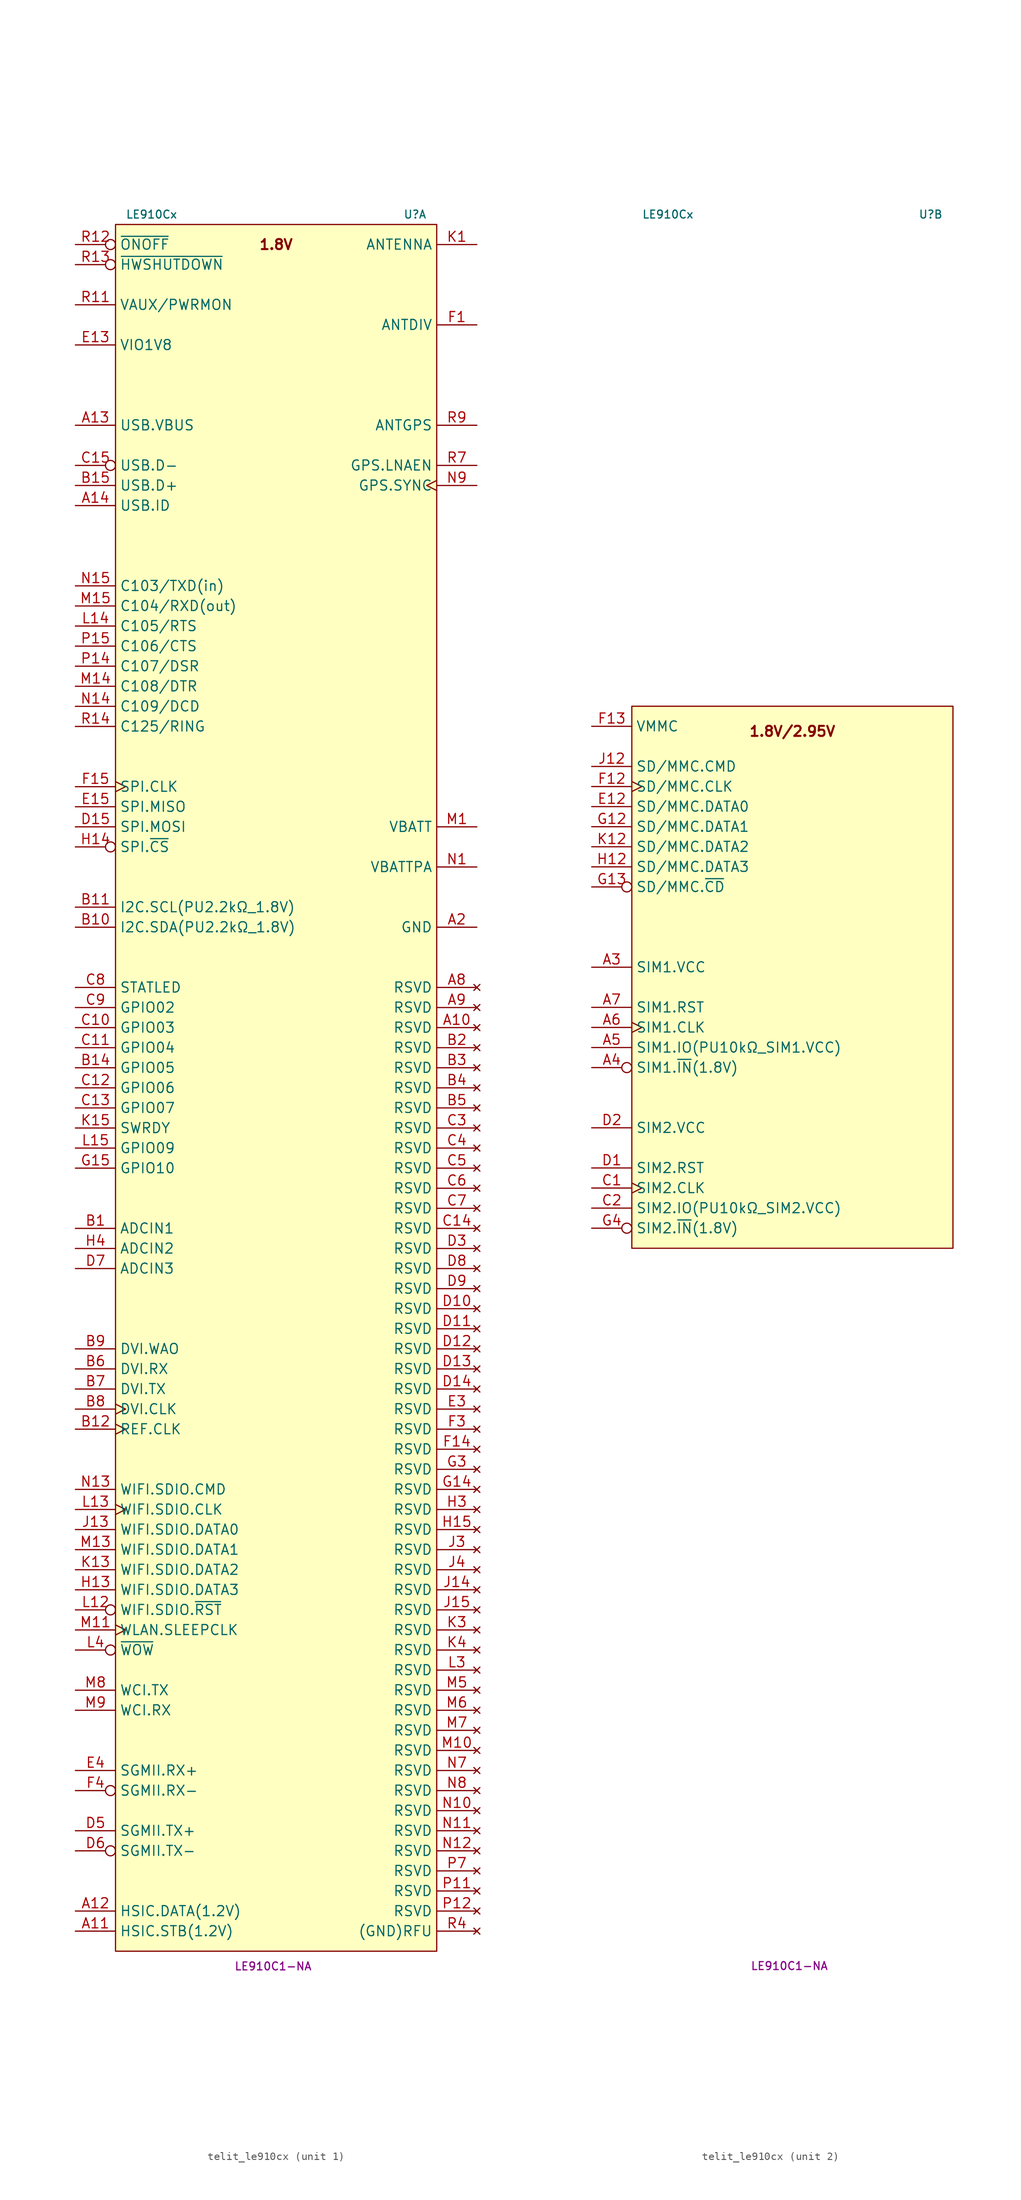
<source format=kicad_sym>
(kicad_symbol_lib
  (version 20231120)
  (generator "kicad_symbol_editor")
  (generator_version "8.0")
  (symbol "telit_le910cx"
    (property "Reference" "U"
      (at 19.05 90.17 0)
      (do_not_autoplace)
      (effects (font (size 1 1)) (justify right)))
    (property "Value" "LE910Cx"
      (at -19.05 90.17 0)
      (do_not_autoplace)
      (effects (font (size 1 1)) (justify left)))
    (property "MPN" "LE910C1-NA "
      (at 0 -131.445 0)
      (do_not_autoplace)
      (effects (font (size 1 1))))
    (property "ki_locked" ""
      (at 0 0 0)
      (effects (font (size 1.27 1.27))))
    (symbol "telit_le910cx_1_1"
      (rectangle (start -20.32 88.9) (end 20.32 -129.54) (stroke (width 0) (type default)) (fill (type background)))
      (text "1.8V" (at 0 86.36 0) (effects (font (size 1.27 1.27) (bold yes))))
      (pin no_connect line (at 25.4 -12.7 180) (length 5.08) (name "RSVD" (effects (font (size 1.27 1.27)))) (number "A10" (effects (font (size 1.27 1.27)))))
      (pin bidirectional line (at -25.4 -127 0) (length 5.08) (name "HSIC.STB(1.2V)" (effects (font (size 1.27 1.27)))) (number "A11" (effects (font (size 1.27 1.27)))))
      (pin bidirectional line (at -25.4 -124.46 0) (length 5.08) (name "HSIC.DATA(1.2V)" (effects (font (size 1.27 1.27)))) (number "A12" (effects (font (size 1.27 1.27)))))
      (pin input line (at -25.4 63.5 0) (length 5.08) (name "USB.VBUS" (effects (font (size 1.27 1.27)))) (number "A13" (effects (font (size 1.27 1.27)))))
      (pin input line (at -25.4 53.34 0) (length 5.08) (name "USB.ID" (effects (font (size 1.27 1.27)))) (number "A14" (effects (font (size 1.27 1.27)))))
      (pin power_in line (at 25.4 0 180) (length 5.08) (name "GND" (effects (font (size 1.27 1.27)))) (number "A2" (effects (font (size 1.27 1.27)))))
      (pin no_connect line (at 25.4 -7.62 180) (length 5.08) (name "RSVD" (effects (font (size 1.27 1.27)))) (number "A8" (effects (font (size 1.27 1.27)))))
      (pin no_connect line (at 25.4 -10.16 180) (length 5.08) (name "RSVD" (effects (font (size 1.27 1.27)))) (number "A9" (effects (font (size 1.27 1.27)))))
      (pin input line (at -25.4 -38.1 0) (length 5.08) (name "ADCIN1" (effects (font (size 1.27 1.27)))) (number "B1" (effects (font (size 1.27 1.27)))))
      (pin bidirectional line (at -25.4 0 0) (length 5.08) (name "I2C.SDA(PU2.2kΩ_1.8V)" (effects (font (size 1.27 1.27)))) (number "B10" (effects (font (size 1.27 1.27)))))
      (pin bidirectional line (at -25.4 2.54 0) (length 5.08) (name "I2C.SCL(PU2.2kΩ_1.8V)" (effects (font (size 1.27 1.27)))) (number "B11" (effects (font (size 1.27 1.27)))))
      (pin output clock (at -25.4 -63.5 0) (length 5.08) (name "REF.CLK" (effects (font (size 1.27 1.27)))) (number "B12" (effects (font (size 1.27 1.27)))))
      (pin passive line (at 25.4 0 180) (length 5.08) hide (name "GND" (effects (font (size 1.27 1.27)))) (number "B13" (effects (font (size 1.27 1.27)))))
      (pin bidirectional line (at -25.4 -17.78 0) (length 5.08) (name "GPIO05" (effects (font (size 1.27 1.27)))) (number "B14" (effects (font (size 1.27 1.27)))) (alternate "I2C" bidirectional line))
      (pin bidirectional line (at -25.4 55.88 0) (length 5.08) (name "USB.D+" (effects (font (size 1.27 1.27)))) (number "B15" (effects (font (size 1.27 1.27)))))
      (pin no_connect line (at 25.4 -15.24 180) (length 5.08) (name "RSVD" (effects (font (size 1.27 1.27)))) (number "B2" (effects (font (size 1.27 1.27)))))
      (pin no_connect line (at 25.4 -17.78 180) (length 5.08) (name "RSVD" (effects (font (size 1.27 1.27)))) (number "B3" (effects (font (size 1.27 1.27)))))
      (pin no_connect line (at 25.4 -20.32 180) (length 5.08) (name "RSVD" (effects (font (size 1.27 1.27)))) (number "B4" (effects (font (size 1.27 1.27)))))
      (pin no_connect line (at 25.4 -22.86 180) (length 5.08) (name "RSVD" (effects (font (size 1.27 1.27)))) (number "B5" (effects (font (size 1.27 1.27)))))
      (pin input line (at -25.4 -55.88 0) (length 5.08) (name "DVI.RX" (effects (font (size 1.27 1.27)))) (number "B6" (effects (font (size 1.27 1.27)))))
      (pin output line (at -25.4 -58.42 0) (length 5.08) (name "DVI.TX" (effects (font (size 1.27 1.27)))) (number "B7" (effects (font (size 1.27 1.27)))))
      (pin output clock (at -25.4 -60.96 0) (length 5.08) (name "DVI.CLK" (effects (font (size 1.27 1.27)))) (number "B8" (effects (font (size 1.27 1.27)))))
      (pin output line (at -25.4 -53.34 0) (length 5.08) (name "DVI.WAO" (effects (font (size 1.27 1.27)))) (number "B9" (effects (font (size 1.27 1.27)))))
      (pin bidirectional line (at -25.4 -12.7 0) (length 5.08) (name "GPIO03" (effects (font (size 1.27 1.27)))) (number "C10" (effects (font (size 1.27 1.27)))) (alternate "I2C" bidirectional line))
      (pin bidirectional line (at -25.4 -15.24 0) (length 5.08) (name "GPIO04" (effects (font (size 1.27 1.27)))) (number "C11" (effects (font (size 1.27 1.27)))) (alternate "I2C" bidirectional line))
      (pin bidirectional line (at -25.4 -20.32 0) (length 5.08) (name "GPIO06" (effects (font (size 1.27 1.27)))) (number "C12" (effects (font (size 1.27 1.27)))) (alternate "I2C" bidirectional line))
      (pin bidirectional line (at -25.4 -22.86 0) (length 5.08) (name "GPIO07" (effects (font (size 1.27 1.27)))) (number "C13" (effects (font (size 1.27 1.27)))) (alternate "I2C" bidirectional line))
      (pin no_connect line (at 25.4 -38.1 180) (length 5.08) (name "RSVD" (effects (font (size 1.27 1.27)))) (number "C14" (effects (font (size 1.27 1.27)))))
      (pin bidirectional inverted (at -25.4 58.42 0) (length 5.08) (name "USB.D-" (effects (font (size 1.27 1.27)))) (number "C15" (effects (font (size 1.27 1.27)))))
      (pin no_connect line (at 25.4 -25.4 180) (length 5.08) (name "RSVD" (effects (font (size 1.27 1.27)))) (number "C3" (effects (font (size 1.27 1.27)))))
      (pin no_connect line (at 25.4 -27.94 180) (length 5.08) (name "RSVD" (effects (font (size 1.27 1.27)))) (number "C4" (effects (font (size 1.27 1.27)))))
      (pin no_connect line (at 25.4 -30.48 180) (length 5.08) (name "RSVD" (effects (font (size 1.27 1.27)))) (number "C5" (effects (font (size 1.27 1.27)))))
      (pin no_connect line (at 25.4 -33.02 180) (length 5.08) (name "RSVD" (effects (font (size 1.27 1.27)))) (number "C6" (effects (font (size 1.27 1.27)))))
      (pin no_connect line (at 25.4 -35.56 180) (length 5.08) (name "RSVD" (effects (font (size 1.27 1.27)))) (number "C7" (effects (font (size 1.27 1.27)))))
      (pin output line (at -25.4 -7.62 0) (length 5.08) (name "STATLED" (effects (font (size 1.27 1.27)))) (number "C8" (effects (font (size 1.27 1.27)))) (alternate "GPIO01" bidirectional line) (alternate "I2C" bidirectional line))
      (pin bidirectional line (at -25.4 -10.16 0) (length 5.08) (name "GPIO02" (effects (font (size 1.27 1.27)))) (number "C9" (effects (font (size 1.27 1.27)))) (alternate "I2C" bidirectional line))
      (pin no_connect line (at 25.4 -48.26 180) (length 5.08) (name "RSVD" (effects (font (size 1.27 1.27)))) (number "D10" (effects (font (size 1.27 1.27)))))
      (pin no_connect line (at 25.4 -50.8 180) (length 5.08) (name "RSVD" (effects (font (size 1.27 1.27)))) (number "D11" (effects (font (size 1.27 1.27)))))
      (pin no_connect line (at 25.4 -53.34 180) (length 5.08) (name "RSVD" (effects (font (size 1.27 1.27)))) (number "D12" (effects (font (size 1.27 1.27)))))
      (pin no_connect line (at 25.4 -55.88 180) (length 5.08) (name "RSVD" (effects (font (size 1.27 1.27)))) (number "D13" (effects (font (size 1.27 1.27)))))
      (pin no_connect line (at 25.4 -58.42 180) (length 5.08) (name "RSVD" (effects (font (size 1.27 1.27)))) (number "D14" (effects (font (size 1.27 1.27)))))
      (pin output line (at -25.4 12.7 0) (length 5.08) (name "SPI.MOSI" (effects (font (size 1.27 1.27)))) (number "D15" (effects (font (size 1.27 1.27)))) (alternate "TXAUX" output line))
      (pin no_connect line (at 25.4 -40.64 180) (length 5.08) (name "RSVD" (effects (font (size 1.27 1.27)))) (number "D3" (effects (font (size 1.27 1.27)))))
      (pin passive line (at 25.4 0 180) (length 5.08) hide (name "GND" (effects (font (size 1.27 1.27)))) (number "D4" (effects (font (size 1.27 1.27)))))
      (pin output line (at -25.4 -114.3 0) (length 5.08) (name "SGMII.TX+" (effects (font (size 1.27 1.27)))) (number "D5" (effects (font (size 1.27 1.27)))))
      (pin output inverted (at -25.4 -116.84 0) (length 5.08) (name "SGMII.TX-" (effects (font (size 1.27 1.27)))) (number "D6" (effects (font (size 1.27 1.27)))))
      (pin input line (at -25.4 -43.18 0) (length 5.08) (name "ADCIN3" (effects (font (size 1.27 1.27)))) (number "D7" (effects (font (size 1.27 1.27)))))
      (pin no_connect line (at 25.4 -43.18 180) (length 5.08) (name "RSVD" (effects (font (size 1.27 1.27)))) (number "D8" (effects (font (size 1.27 1.27)))))
      (pin no_connect line (at 25.4 -45.72 180) (length 5.08) (name "RSVD" (effects (font (size 1.27 1.27)))) (number "D9" (effects (font (size 1.27 1.27)))))
      (pin passive line (at 25.4 0 180) (length 5.08) hide (name "GND" (effects (font (size 1.27 1.27)))) (number "E1" (effects (font (size 1.27 1.27)))))
      (pin power_out line (at -25.4 73.66 0) (length 5.08) (name "VIO1V8" (effects (font (size 1.27 1.27)))) (number "E13" (effects (font (size 1.27 1.27)))))
      (pin passive line (at 25.4 0 180) (length 5.08) hide (name "GND" (effects (font (size 1.27 1.27)))) (number "E14" (effects (font (size 1.27 1.27)))))
      (pin input line (at -25.4 15.24 0) (length 5.08) (name "SPI.MISO" (effects (font (size 1.27 1.27)))) (number "E15" (effects (font (size 1.27 1.27)))) (alternate "RXAUX" input line))
      (pin passive line (at 25.4 0 180) (length 5.08) hide (name "GND" (effects (font (size 1.27 1.27)))) (number "E2" (effects (font (size 1.27 1.27)))))
      (pin no_connect line (at 25.4 -60.96 180) (length 5.08) (name "RSVD" (effects (font (size 1.27 1.27)))) (number "E3" (effects (font (size 1.27 1.27)))))
      (pin input line (at -25.4 -106.68 0) (length 5.08) (name "SGMII.RX+" (effects (font (size 1.27 1.27)))) (number "E4" (effects (font (size 1.27 1.27)))))
      (pin input line (at 25.4 76.2 180) (length 5.08) (name "ANTDIV" (effects (font (size 1.27 1.27)))) (number "F1" (effects (font (size 1.27 1.27)))))
      (pin no_connect line (at 25.4 -66.04 180) (length 5.08) (name "RSVD" (effects (font (size 1.27 1.27)))) (number "F14" (effects (font (size 1.27 1.27)))))
      (pin output clock (at -25.4 17.78 0) (length 5.08) (name "SPI.CLK" (effects (font (size 1.27 1.27)))) (number "F15" (effects (font (size 1.27 1.27)))))
      (pin passive line (at 25.4 0 180) (length 5.08) hide (name "GND" (effects (font (size 1.27 1.27)))) (number "F2" (effects (font (size 1.27 1.27)))))
      (pin no_connect line (at 25.4 -63.5 180) (length 5.08) (name "RSVD" (effects (font (size 1.27 1.27)))) (number "F3" (effects (font (size 1.27 1.27)))))
      (pin input inverted (at -25.4 -109.22 0) (length 5.08) (name "SGMII.RX-" (effects (font (size 1.27 1.27)))) (number "F4" (effects (font (size 1.27 1.27)))))
      (pin passive line (at 25.4 0 180) (length 5.08) hide (name "GND" (effects (font (size 1.27 1.27)))) (number "G1" (effects (font (size 1.27 1.27)))))
      (pin no_connect line (at 25.4 -71.12 180) (length 5.08) (name "RSVD" (effects (font (size 1.27 1.27)))) (number "G14" (effects (font (size 1.27 1.27)))))
      (pin bidirectional line (at -25.4 -30.48 0) (length 5.08) (name "GPIO10" (effects (font (size 1.27 1.27)))) (number "G15" (effects (font (size 1.27 1.27)))) (alternate "I2C" bidirectional line))
      (pin passive line (at 25.4 0 180) (length 5.08) hide (name "GND" (effects (font (size 1.27 1.27)))) (number "G2" (effects (font (size 1.27 1.27)))))
      (pin no_connect line (at 25.4 -68.58 180) (length 5.08) (name "RSVD" (effects (font (size 1.27 1.27)))) (number "G3" (effects (font (size 1.27 1.27)))))
      (pin passive line (at 25.4 0 180) (length 5.08) hide (name "GND" (effects (font (size 1.27 1.27)))) (number "G7" (effects (font (size 1.27 1.27)))))
      (pin passive line (at 25.4 0 180) (length 5.08) hide (name "GND" (effects (font (size 1.27 1.27)))) (number "G8" (effects (font (size 1.27 1.27)))))
      (pin passive line (at 25.4 0 180) (length 5.08) hide (name "GND" (effects (font (size 1.27 1.27)))) (number "G9" (effects (font (size 1.27 1.27)))))
      (pin passive line (at 25.4 0 180) (length 5.08) hide (name "GND" (effects (font (size 1.27 1.27)))) (number "H1" (effects (font (size 1.27 1.27)))))
      (pin bidirectional line (at -25.4 -83.82 0) (length 5.08) (name "WIFI.SDIO.DATA3" (effects (font (size 1.27 1.27)))) (number "H13" (effects (font (size 1.27 1.27)))))
      (pin output inverted (at -25.4 10.16 0) (length 5.08) (name "SPI.~{CS}" (effects (font (size 1.27 1.27)))) (number "H14" (effects (font (size 1.27 1.27)))) (alternate "GPIO11" bidirectional line))
      (pin no_connect line (at 25.4 -76.2 180) (length 5.08) (name "RSVD" (effects (font (size 1.27 1.27)))) (number "H15" (effects (font (size 1.27 1.27)))))
      (pin passive line (at 25.4 0 180) (length 5.08) hide (name "GND" (effects (font (size 1.27 1.27)))) (number "H2" (effects (font (size 1.27 1.27)))))
      (pin no_connect line (at 25.4 -73.66 180) (length 5.08) (name "RSVD" (effects (font (size 1.27 1.27)))) (number "H3" (effects (font (size 1.27 1.27)))))
      (pin input line (at -25.4 -40.64 0) (length 5.08) (name "ADCIN2" (effects (font (size 1.27 1.27)))) (number "H4" (effects (font (size 1.27 1.27)))))
      (pin passive line (at 25.4 0 180) (length 5.08) hide (name "GND" (effects (font (size 1.27 1.27)))) (number "H7" (effects (font (size 1.27 1.27)))))
      (pin passive line (at 25.4 0 180) (length 5.08) hide (name "GND" (effects (font (size 1.27 1.27)))) (number "H8" (effects (font (size 1.27 1.27)))))
      (pin passive line (at 25.4 0 180) (length 5.08) hide (name "GND" (effects (font (size 1.27 1.27)))) (number "H9" (effects (font (size 1.27 1.27)))))
      (pin passive line (at 25.4 0 180) (length 5.08) hide (name "GND" (effects (font (size 1.27 1.27)))) (number "J1" (effects (font (size 1.27 1.27)))))
      (pin bidirectional line (at -25.4 -76.2 0) (length 5.08) (name "WIFI.SDIO.DATA0" (effects (font (size 1.27 1.27)))) (number "J13" (effects (font (size 1.27 1.27)))))
      (pin no_connect line (at 25.4 -83.82 180) (length 5.08) (name "RSVD" (effects (font (size 1.27 1.27)))) (number "J14" (effects (font (size 1.27 1.27)))))
      (pin no_connect line (at 25.4 -86.36 180) (length 5.08) (name "RSVD" (effects (font (size 1.27 1.27)))) (number "J15" (effects (font (size 1.27 1.27)))))
      (pin passive line (at 25.4 0 180) (length 5.08) hide (name "GND" (effects (font (size 1.27 1.27)))) (number "J2" (effects (font (size 1.27 1.27)))))
      (pin no_connect line (at 25.4 -78.74 180) (length 5.08) (name "RSVD" (effects (font (size 1.27 1.27)))) (number "J3" (effects (font (size 1.27 1.27)))))
      (pin no_connect line (at 25.4 -81.28 180) (length 5.08) (name "RSVD" (effects (font (size 1.27 1.27)))) (number "J4" (effects (font (size 1.27 1.27)))))
      (pin passive line (at 25.4 0 180) (length 5.08) hide (name "GND" (effects (font (size 1.27 1.27)))) (number "J7" (effects (font (size 1.27 1.27)))))
      (pin passive line (at 25.4 0 180) (length 5.08) hide (name "GND" (effects (font (size 1.27 1.27)))) (number "J8" (effects (font (size 1.27 1.27)))))
      (pin passive line (at 25.4 0 180) (length 5.08) hide (name "GND" (effects (font (size 1.27 1.27)))) (number "J9" (effects (font (size 1.27 1.27)))))
      (pin bidirectional line (at 25.4 86.36 180) (length 5.08) (name "ANTENNA" (effects (font (size 1.27 1.27)))) (number "K1" (effects (font (size 1.27 1.27)))))
      (pin bidirectional line (at -25.4 -81.28 0) (length 5.08) (name "WIFI.SDIO.DATA2" (effects (font (size 1.27 1.27)))) (number "K13" (effects (font (size 1.27 1.27)))))
      (pin output line (at -25.4 -25.4 0) (length 5.08) (name "SWRDY" (effects (font (size 1.27 1.27)))) (number "K15" (effects (font (size 1.27 1.27)))) (alternate "GPIO08" bidirectional line) (alternate "I2C" bidirectional line))
      (pin passive line (at 25.4 0 180) (length 5.08) hide (name "GND" (effects (font (size 1.27 1.27)))) (number "K2" (effects (font (size 1.27 1.27)))))
      (pin no_connect line (at 25.4 -88.9 180) (length 5.08) (name "RSVD" (effects (font (size 1.27 1.27)))) (number "K3" (effects (font (size 1.27 1.27)))))
      (pin no_connect line (at 25.4 -91.44 180) (length 5.08) (name "RSVD" (effects (font (size 1.27 1.27)))) (number "K4" (effects (font (size 1.27 1.27)))))
      (pin passive line (at 25.4 0 180) (length 5.08) hide (name "GND" (effects (font (size 1.27 1.27)))) (number "L1" (effects (font (size 1.27 1.27)))))
      (pin output inverted (at -25.4 -86.36 0) (length 5.08) (name "WIFI.SDIO.~{RST}" (effects (font (size 1.27 1.27)))) (number "L12" (effects (font (size 1.27 1.27)))))
      (pin output clock (at -25.4 -73.66 0) (length 5.08) (name "WIFI.SDIO.CLK" (effects (font (size 1.27 1.27)))) (number "L13" (effects (font (size 1.27 1.27)))))
      (pin input line (at -25.4 38.1 0) (length 5.08) (name "C105/RTS" (effects (font (size 1.27 1.27)))) (number "L14" (effects (font (size 1.27 1.27)))))
      (pin bidirectional line (at -25.4 -27.94 0) (length 5.08) (name "GPIO09" (effects (font (size 1.27 1.27)))) (number "L15" (effects (font (size 1.27 1.27)))) (alternate "I2C" bidirectional line))
      (pin passive line (at 25.4 0 180) (length 5.08) hide (name "GND" (effects (font (size 1.27 1.27)))) (number "L2" (effects (font (size 1.27 1.27)))))
      (pin no_connect line (at 25.4 -93.98 180) (length 5.08) (name "RSVD" (effects (font (size 1.27 1.27)))) (number "L3" (effects (font (size 1.27 1.27)))))
      (pin input inverted (at -25.4 -91.44 0) (length 5.08) (name "~{WOW}" (effects (font (size 1.27 1.27)))) (number "L4" (effects (font (size 1.27 1.27)))))
      (pin power_in line (at 25.4 12.7 180) (length 5.08) (name "VBATT" (effects (font (size 1.27 1.27)))) (number "M1" (effects (font (size 1.27 1.27)))))
      (pin no_connect line (at 25.4 -104.14 180) (length 5.08) (name "RSVD" (effects (font (size 1.27 1.27)))) (number "M10" (effects (font (size 1.27 1.27)))))
      (pin output clock (at -25.4 -88.9 0) (length 5.08) (name "WLAN.SLEEPCLK" (effects (font (size 1.27 1.27)))) (number "M11" (effects (font (size 1.27 1.27)))))
      (pin passive line (at 25.4 0 180) (length 5.08) hide (name "GND" (effects (font (size 1.27 1.27)))) (number "M12" (effects (font (size 1.27 1.27)))))
      (pin bidirectional line (at -25.4 -78.74 0) (length 5.08) (name "WIFI.SDIO.DATA1" (effects (font (size 1.27 1.27)))) (number "M13" (effects (font (size 1.27 1.27)))))
      (pin input line (at -25.4 30.48 0) (length 5.08) (name "C108/DTR" (effects (font (size 1.27 1.27)))) (number "M14" (effects (font (size 1.27 1.27)))) (alternate "GPIO34" bidirectional line))
      (pin output line (at -25.4 40.64 0) (length 5.08) (name "C104/RXD(out)" (effects (font (size 1.27 1.27)))) (number "M15" (effects (font (size 1.27 1.27)))))
      (pin passive line (at 25.4 12.7 180) (length 5.08) hide (name "VBATT" (effects (font (size 1.27 1.27)))) (number "M2" (effects (font (size 1.27 1.27)))))
      (pin passive line (at 25.4 0 180) (length 5.08) hide (name "GND" (effects (font (size 1.27 1.27)))) (number "M3" (effects (font (size 1.27 1.27)))))
      (pin passive line (at 25.4 0 180) (length 5.08) hide (name "GND" (effects (font (size 1.27 1.27)))) (number "M4" (effects (font (size 1.27 1.27)))))
      (pin no_connect line (at 25.4 -96.52 180) (length 5.08) (name "RSVD" (effects (font (size 1.27 1.27)))) (number "M5" (effects (font (size 1.27 1.27)))))
      (pin no_connect line (at 25.4 -99.06 180) (length 5.08) (name "RSVD" (effects (font (size 1.27 1.27)))) (number "M6" (effects (font (size 1.27 1.27)))))
      (pin no_connect line (at 25.4 -101.6 180) (length 5.08) (name "RSVD" (effects (font (size 1.27 1.27)))) (number "M7" (effects (font (size 1.27 1.27)))))
      (pin output line (at -25.4 -96.52 0) (length 5.08) (name "WCI.TX" (effects (font (size 1.27 1.27)))) (number "M8" (effects (font (size 1.27 1.27)))))
      (pin input line (at -25.4 -99.06 0) (length 5.08) (name "WCI.RX" (effects (font (size 1.27 1.27)))) (number "M9" (effects (font (size 1.27 1.27)))))
      (pin power_in line (at 25.4 7.62 180) (length 5.08) (name "VBATTPA" (effects (font (size 1.27 1.27)))) (number "N1" (effects (font (size 1.27 1.27)))))
      (pin no_connect line (at 25.4 -111.76 180) (length 5.08) (name "RSVD" (effects (font (size 1.27 1.27)))) (number "N10" (effects (font (size 1.27 1.27)))))
      (pin no_connect line (at 25.4 -114.3 180) (length 5.08) (name "RSVD" (effects (font (size 1.27 1.27)))) (number "N11" (effects (font (size 1.27 1.27)))))
      (pin no_connect line (at 25.4 -116.84 180) (length 5.08) (name "RSVD" (effects (font (size 1.27 1.27)))) (number "N12" (effects (font (size 1.27 1.27)))))
      (pin output line (at -25.4 -71.12 0) (length 5.08) (name "WIFI.SDIO.CMD" (effects (font (size 1.27 1.27)))) (number "N13" (effects (font (size 1.27 1.27)))))
      (pin output line (at -25.4 27.94 0) (length 5.08) (name "C109/DCD" (effects (font (size 1.27 1.27)))) (number "N14" (effects (font (size 1.27 1.27)))) (alternate "GPIO33" bidirectional line))
      (pin input line (at -25.4 43.18 0) (length 5.08) (name "C103/TXD(in)" (effects (font (size 1.27 1.27)))) (number "N15" (effects (font (size 1.27 1.27)))))
      (pin passive line (at 25.4 7.62 180) (length 5.08) hide (name "VBATTPA" (effects (font (size 1.27 1.27)))) (number "N2" (effects (font (size 1.27 1.27)))))
      (pin passive line (at 25.4 0 180) (length 5.08) hide (name "GND" (effects (font (size 1.27 1.27)))) (number "N3" (effects (font (size 1.27 1.27)))))
      (pin passive line (at 25.4 0 180) (length 5.08) hide (name "GND" (effects (font (size 1.27 1.27)))) (number "N4" (effects (font (size 1.27 1.27)))))
      (pin passive line (at 25.4 0 180) (length 5.08) hide (name "GND" (effects (font (size 1.27 1.27)))) (number "N5" (effects (font (size 1.27 1.27)))))
      (pin passive line (at 25.4 0 180) (length 5.08) hide (name "GND" (effects (font (size 1.27 1.27)))) (number "N6" (effects (font (size 1.27 1.27)))))
      (pin no_connect line (at 25.4 -106.68 180) (length 5.08) (name "RSVD" (effects (font (size 1.27 1.27)))) (number "N7" (effects (font (size 1.27 1.27)))))
      (pin no_connect line (at 25.4 -109.22 180) (length 5.08) (name "RSVD" (effects (font (size 1.27 1.27)))) (number "N8" (effects (font (size 1.27 1.27)))))
      (pin output clock (at 25.4 55.88 180) (length 5.08) (name "GPS.SYNC" (effects (font (size 1.27 1.27)))) (number "N9" (effects (font (size 1.27 1.27)))))
      (pin passive line (at 25.4 7.62 180) (length 5.08) hide (name "VBATTPA" (effects (font (size 1.27 1.27)))) (number "P1" (effects (font (size 1.27 1.27)))))
      (pin passive line (at 25.4 0 180) (length 5.08) hide (name "GND" (effects (font (size 1.27 1.27)))) (number "P10" (effects (font (size 1.27 1.27)))))
      (pin no_connect line (at 25.4 -121.92 180) (length 5.08) (name "RSVD" (effects (font (size 1.27 1.27)))) (number "P11" (effects (font (size 1.27 1.27)))))
      (pin no_connect line (at 25.4 -124.46 180) (length 5.08) (name "RSVD" (effects (font (size 1.27 1.27)))) (number "P12" (effects (font (size 1.27 1.27)))))
      (pin passive line (at 25.4 0 180) (length 5.08) hide (name "GND" (effects (font (size 1.27 1.27)))) (number "P13" (effects (font (size 1.27 1.27)))))
      (pin output line (at -25.4 33.02 0) (length 5.08) (name "C107/DSR" (effects (font (size 1.27 1.27)))) (number "P14" (effects (font (size 1.27 1.27)))) (alternate "GPIO32" bidirectional line))
      (pin output line (at -25.4 35.56 0) (length 5.08) (name "C106/CTS" (effects (font (size 1.27 1.27)))) (number "P15" (effects (font (size 1.27 1.27)))))
      (pin passive line (at 25.4 7.62 180) (length 5.08) hide (name "VBATTPA" (effects (font (size 1.27 1.27)))) (number "P2" (effects (font (size 1.27 1.27)))))
      (pin passive line (at 25.4 0 180) (length 5.08) hide (name "GND" (effects (font (size 1.27 1.27)))) (number "P3" (effects (font (size 1.27 1.27)))))
      (pin passive line (at 25.4 0 180) (length 5.08) hide (name "GND" (effects (font (size 1.27 1.27)))) (number "P4" (effects (font (size 1.27 1.27)))))
      (pin passive line (at 25.4 0 180) (length 5.08) hide (name "GND" (effects (font (size 1.27 1.27)))) (number "P5" (effects (font (size 1.27 1.27)))))
      (pin passive line (at 25.4 0 180) (length 5.08) hide (name "GND" (effects (font (size 1.27 1.27)))) (number "P6" (effects (font (size 1.27 1.27)))))
      (pin no_connect line (at 25.4 -119.38 180) (length 5.08) (name "RSVD" (effects (font (size 1.27 1.27)))) (number "P7" (effects (font (size 1.27 1.27)))))
      (pin passive line (at 25.4 0 180) (length 5.08) hide (name "GND" (effects (font (size 1.27 1.27)))) (number "P8" (effects (font (size 1.27 1.27)))))
      (pin passive line (at 25.4 0 180) (length 5.08) hide (name "GND" (effects (font (size 1.27 1.27)))) (number "P9" (effects (font (size 1.27 1.27)))))
      (pin passive line (at 25.4 0 180) (length 5.08) hide (name "GND" (effects (font (size 1.27 1.27)))) (number "R10" (effects (font (size 1.27 1.27)))))
      (pin power_out line (at -25.4 78.74 0) (length 5.08) (name "VAUX/PWRMON" (effects (font (size 1.27 1.27)))) (number "R11" (effects (font (size 1.27 1.27)))))
      (pin input inverted (at -25.4 86.36 0) (length 5.08) (name "~{ONOFF}" (effects (font (size 1.27 1.27)))) (number "R12" (effects (font (size 1.27 1.27)))))
      (pin input inverted (at -25.4 83.82 0) (length 5.08) (name "~{HWSHUTDOWN}" (effects (font (size 1.27 1.27)))) (number "R13" (effects (font (size 1.27 1.27)))))
      (pin output line (at -25.4 25.4 0) (length 5.08) (name "C125/RING" (effects (font (size 1.27 1.27)))) (number "R14" (effects (font (size 1.27 1.27)))) (alternate "GPIO31" bidirectional line))
      (pin passive line (at 25.4 0 180) (length 5.08) hide (name "GND" (effects (font (size 1.27 1.27)))) (number "R2" (effects (font (size 1.27 1.27)))))
      (pin passive line (at 25.4 0 180) (length 5.08) hide (name "GND" (effects (font (size 1.27 1.27)))) (number "R3" (effects (font (size 1.27 1.27)))))
      (pin no_connect line (at 25.4 -127 180) (length 5.08) (name "(GND)RFU" (effects (font (size 1.27 1.27)))) (number "R4" (effects (font (size 1.27 1.27)))))
      (pin passive line (at 25.4 0 180) (length 5.08) hide (name "GND" (effects (font (size 1.27 1.27)))) (number "R5" (effects (font (size 1.27 1.27)))))
      (pin passive line (at 25.4 0 180) (length 5.08) hide (name "GND" (effects (font (size 1.27 1.27)))) (number "R6" (effects (font (size 1.27 1.27)))))
      (pin output line (at 25.4 58.42 180) (length 5.08) (name "GPS.LNAEN" (effects (font (size 1.27 1.27)))) (number "R7" (effects (font (size 1.27 1.27)))))
      (pin passive line (at 25.4 0 180) (length 5.08) hide (name "GND" (effects (font (size 1.27 1.27)))) (number "R8" (effects (font (size 1.27 1.27)))))
      (pin input line (at 25.4 63.5 180) (length 5.08) (name "ANTGPS" (effects (font (size 1.27 1.27)))) (number "R9" (effects (font (size 1.27 1.27))))))
    (symbol "telit_le910cx_2_1"
      (rectangle (start -20.32 27.94) (end 20.32 -40.64) (stroke (width 0) (type default)) (fill (type background)))
      (text "1.8V/2.95V" (at 0 24.765 0) (effects (font (size 1.27 1.27) (bold yes))))
      (pin power_out line (at -25.4 -5.08 0) (length 5.08) (name "SIM1.VCC" (effects (font (size 1.27 1.27)))) (number "A3" (effects (font (size 1.27 1.27)))))
      (pin input inverted (at -25.4 -17.78 0) (length 5.08) (name "SIM1.~{IN}(1.8V)" (effects (font (size 1.27 1.27)))) (number "A4" (effects (font (size 1.27 1.27)))))
      (pin bidirectional line (at -25.4 -15.24 0) (length 5.08) (name "SIM1.IO(PU10kΩ_SIM1.VCC)" (effects (font (size 1.27 1.27)))) (number "A5" (effects (font (size 1.27 1.27)))))
      (pin output clock (at -25.4 -12.7 0) (length 5.08) (name "SIM1.CLK" (effects (font (size 1.27 1.27)))) (number "A6" (effects (font (size 1.27 1.27)))))
      (pin output line (at -25.4 -10.16 0) (length 5.08) (name "SIM1.RST" (effects (font (size 1.27 1.27)))) (number "A7" (effects (font (size 1.27 1.27)))))
      (pin output clock (at -25.4 -33.02 0) (length 5.08) (name "SIM2.CLK" (effects (font (size 1.27 1.27)))) (number "C1" (effects (font (size 1.27 1.27)))))
      (pin bidirectional line (at -25.4 -35.56 0) (length 5.08) (name "SIM2.IO(PU10kΩ_SIM2.VCC)" (effects (font (size 1.27 1.27)))) (number "C2" (effects (font (size 1.27 1.27)))))
      (pin output line (at -25.4 -30.48 0) (length 5.08) (name "SIM2.RST" (effects (font (size 1.27 1.27)))) (number "D1" (effects (font (size 1.27 1.27)))))
      (pin power_out line (at -25.4 -25.4 0) (length 5.08) (name "SIM2.VCC" (effects (font (size 1.27 1.27)))) (number "D2" (effects (font (size 1.27 1.27)))))
      (pin bidirectional line (at -25.4 15.24 0) (length 5.08) (name "SD/MMC.DATA0" (effects (font (size 1.27 1.27)))) (number "E12" (effects (font (size 1.27 1.27)))))
      (pin output clock (at -25.4 17.78 0) (length 5.08) (name "SD/MMC.CLK" (effects (font (size 1.27 1.27)))) (number "F12" (effects (font (size 1.27 1.27)))))
      (pin power_out line (at -25.4 25.4 0) (length 5.08) (name "VMMC" (effects (font (size 1.27 1.27)))) (number "F13" (effects (font (size 1.27 1.27)))))
      (pin bidirectional line (at -25.4 12.7 0) (length 5.08) (name "SD/MMC.DATA1" (effects (font (size 1.27 1.27)))) (number "G12" (effects (font (size 1.27 1.27)))))
      (pin input inverted (at -25.4 5.08 0) (length 5.08) (name "SD/MMC.~{CD}" (effects (font (size 1.27 1.27)))) (number "G13" (effects (font (size 1.27 1.27)))))
      (pin input inverted (at -25.4 -38.1 0) (length 5.08) (name "SIM2.~{IN}(1.8V)" (effects (font (size 1.27 1.27)))) (number "G4" (effects (font (size 1.27 1.27)))))
      (pin bidirectional line (at -25.4 7.62 0) (length 5.08) (name "SD/MMC.DATA3" (effects (font (size 1.27 1.27)))) (number "H12" (effects (font (size 1.27 1.27)))))
      (pin output line (at -25.4 20.32 0) (length 5.08) (name "SD/MMC.CMD" (effects (font (size 1.27 1.27)))) (number "J12" (effects (font (size 1.27 1.27)))))
      (pin bidirectional line (at -25.4 10.16 0) (length 5.08) (name "SD/MMC.DATA2" (effects (font (size 1.27 1.27)))) (number "K12" (effects (font (size 1.27 1.27))))))))
</source>
